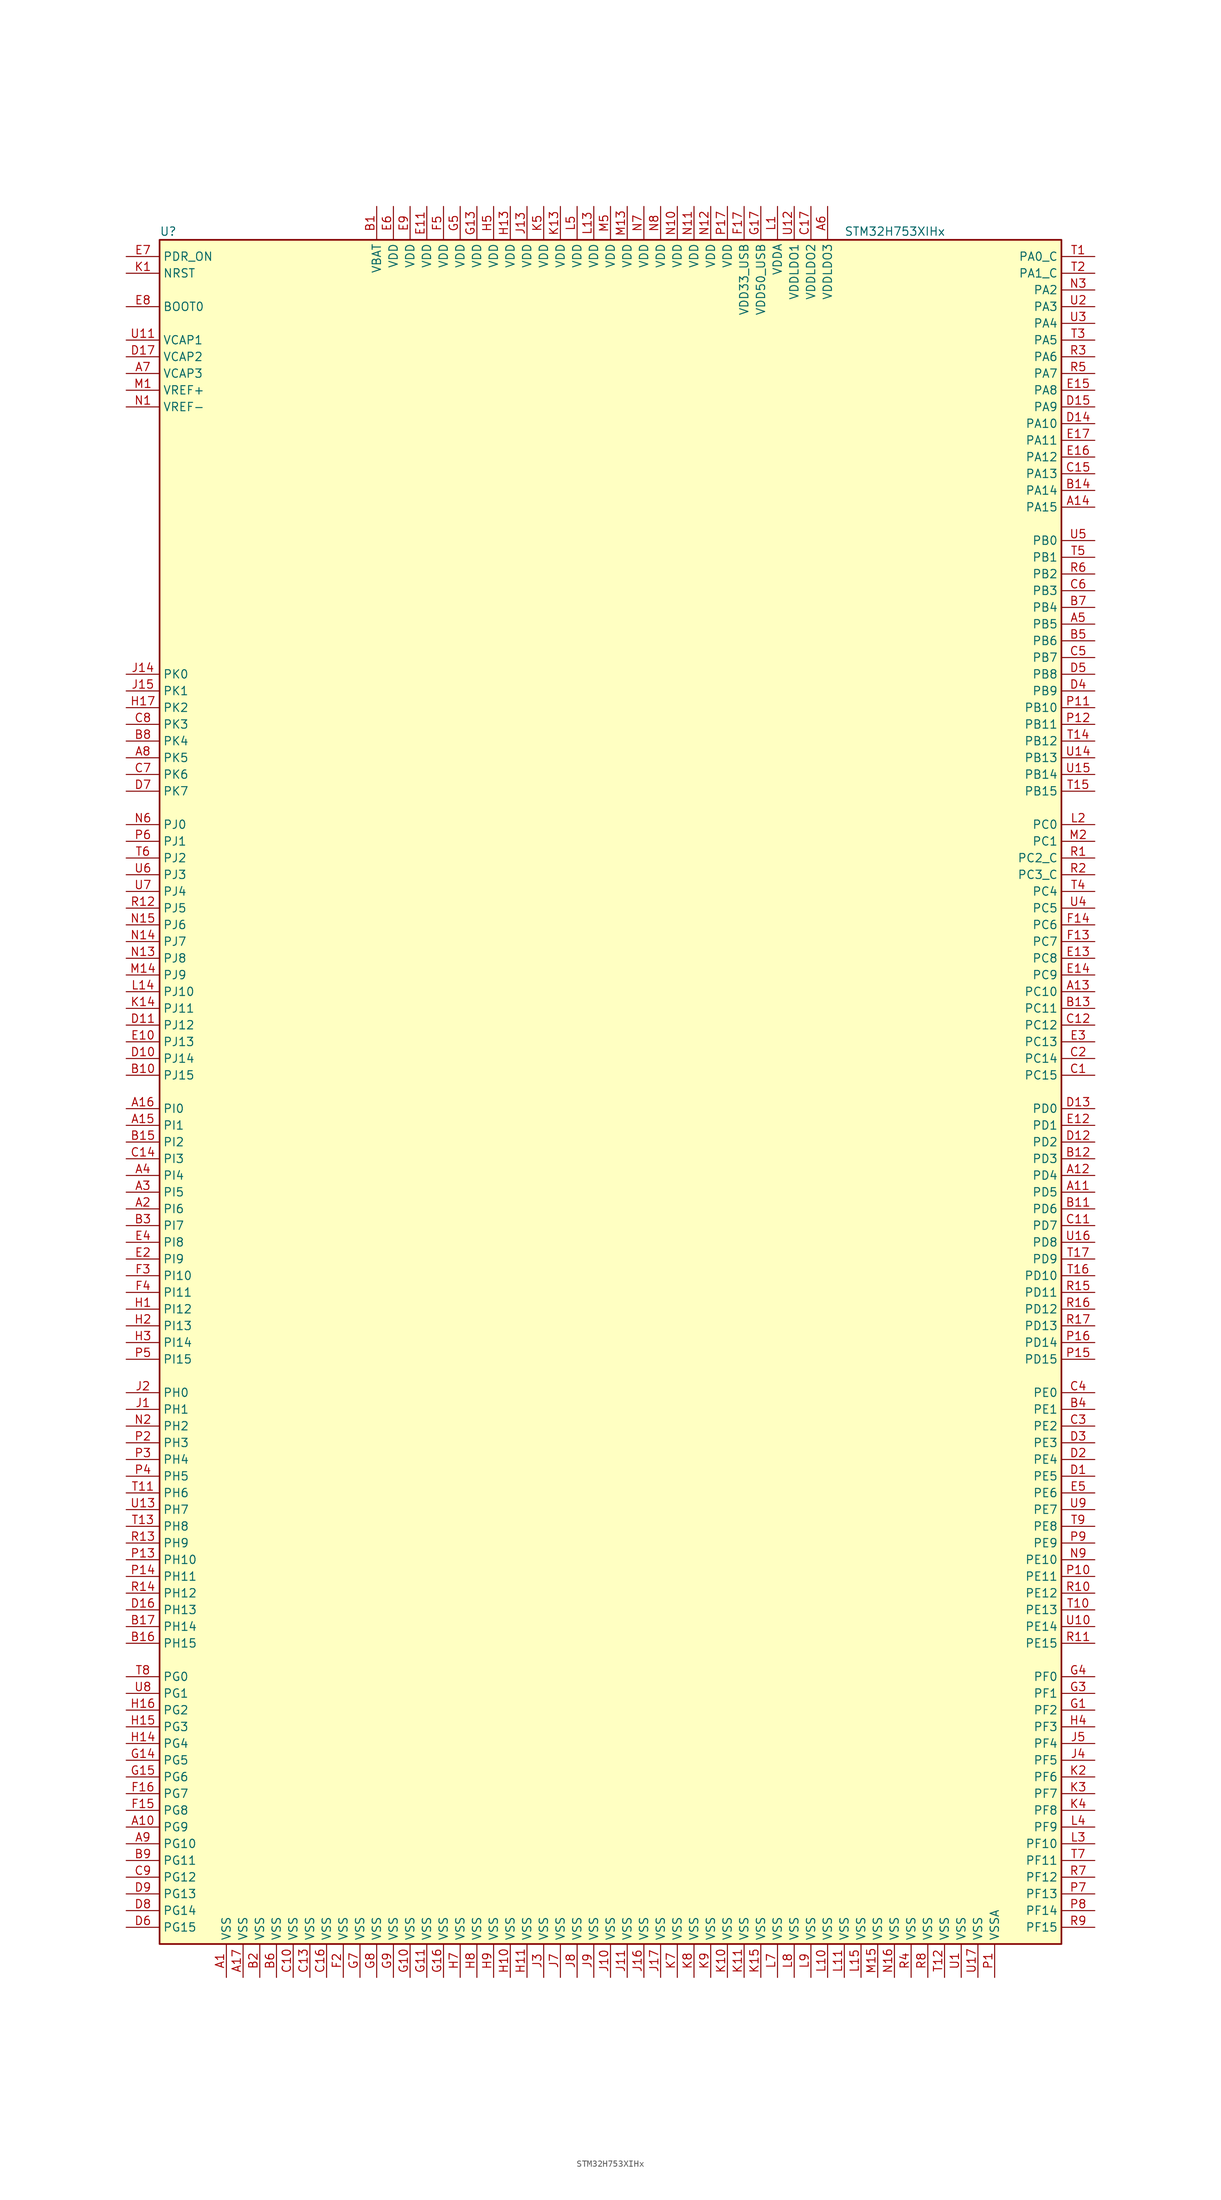
<source format=kicad_sym>
(kicad_symbol_lib
  (version 20201005)
  (generator kicad_symbol_editor)
  (symbol "STM32H753XIHx"
    (property "Reference" "U"
      (at -68.58 130.81 0)
      (effects (font (size 1.27 1.27)) (justify left)))
    (property "Value" "STM32H753XIHx"
      (at 35.56 130.81 0)
      (effects (font (size 1.27 1.27)) (justify left)))
    (symbol "STM32H753XIHx_0_1"
      (rectangle (start -68.58 -129.54) (end 68.58 129.54) (stroke (width 0.254)) (fill (type background))))
    (symbol "STM32H753XIHx_1_1"
      (pin power_in line (at -58.42 -134.62 90) (length 5.08) (name "VSS" (effects (font (size 1.27 1.27)))) (number "A1" (effects (font (size 1.27 1.27)))))
      (pin bidirectional line (at -73.66 -111.76 0) (length 5.08) (name "PG9" (effects (font (size 1.27 1.27)))) (number "A10" (effects (font (size 1.27 1.27)))))
      (pin bidirectional line (at 73.66 -15.24 180) (length 5.08) (name "PD5" (effects (font (size 1.27 1.27)))) (number "A11" (effects (font (size 1.27 1.27)))))
      (pin bidirectional line (at 73.66 -12.7 180) (length 5.08) (name "PD4" (effects (font (size 1.27 1.27)))) (number "A12" (effects (font (size 1.27 1.27)))))
      (pin bidirectional line (at 73.66 15.24 180) (length 5.08) (name "PC10" (effects (font (size 1.27 1.27)))) (number "A13" (effects (font (size 1.27 1.27)))))
      (pin bidirectional line (at 73.66 88.9 180) (length 5.08) (name "PA15" (effects (font (size 1.27 1.27)))) (number "A14" (effects (font (size 1.27 1.27)))))
      (pin bidirectional line (at -73.66 -5.08 0) (length 5.08) (name "PI1" (effects (font (size 1.27 1.27)))) (number "A15" (effects (font (size 1.27 1.27)))))
      (pin bidirectional line (at -73.66 -2.54 0) (length 5.08) (name "PI0" (effects (font (size 1.27 1.27)))) (number "A16" (effects (font (size 1.27 1.27)))))
      (pin power_in line (at -55.88 -134.62 90) (length 5.08) (name "VSS" (effects (font (size 1.27 1.27)))) (number "A17" (effects (font (size 1.27 1.27)))))
      (pin bidirectional line (at -73.66 -17.78 0) (length 5.08) (name "PI6" (effects (font (size 1.27 1.27)))) (number "A2" (effects (font (size 1.27 1.27)))))
      (pin bidirectional line (at -73.66 -15.24 0) (length 5.08) (name "PI5" (effects (font (size 1.27 1.27)))) (number "A3" (effects (font (size 1.27 1.27)))))
      (pin bidirectional line (at -73.66 -12.7 0) (length 5.08) (name "PI4" (effects (font (size 1.27 1.27)))) (number "A4" (effects (font (size 1.27 1.27)))))
      (pin bidirectional line (at 73.66 71.12 180) (length 5.08) (name "PB5" (effects (font (size 1.27 1.27)))) (number "A5" (effects (font (size 1.27 1.27)))))
      (pin power_in line (at 33.02 134.62 270) (length 5.08) (name "VDDLDO3" (effects (font (size 1.27 1.27)))) (number "A6" (effects (font (size 1.27 1.27)))))
      (pin power_in line (at -73.66 109.22 0) (length 5.08) (name "VCAP3" (effects (font (size 1.27 1.27)))) (number "A7" (effects (font (size 1.27 1.27)))))
      (pin bidirectional line (at -73.66 50.8 0) (length 5.08) (name "PK5" (effects (font (size 1.27 1.27)))) (number "A8" (effects (font (size 1.27 1.27)))))
      (pin bidirectional line (at -73.66 -114.3 0) (length 5.08) (name "PG10" (effects (font (size 1.27 1.27)))) (number "A9" (effects (font (size 1.27 1.27)))))
      (pin power_in line (at -35.56 134.62 270) (length 5.08) (name "VBAT" (effects (font (size 1.27 1.27)))) (number "B1" (effects (font (size 1.27 1.27)))))
      (pin bidirectional line (at -73.66 2.54 0) (length 5.08) (name "PJ15" (effects (font (size 1.27 1.27)))) (number "B10" (effects (font (size 1.27 1.27)))))
      (pin bidirectional line (at 73.66 -17.78 180) (length 5.08) (name "PD6" (effects (font (size 1.27 1.27)))) (number "B11" (effects (font (size 1.27 1.27)))))
      (pin bidirectional line (at 73.66 -10.16 180) (length 5.08) (name "PD3" (effects (font (size 1.27 1.27)))) (number "B12" (effects (font (size 1.27 1.27)))))
      (pin bidirectional line (at 73.66 12.7 180) (length 5.08) (name "PC11" (effects (font (size 1.27 1.27)))) (number "B13" (effects (font (size 1.27 1.27)))))
      (pin bidirectional line (at 73.66 91.44 180) (length 5.08) (name "PA14" (effects (font (size 1.27 1.27)))) (number "B14" (effects (font (size 1.27 1.27)))))
      (pin bidirectional line (at -73.66 -7.62 0) (length 5.08) (name "PI2" (effects (font (size 1.27 1.27)))) (number "B15" (effects (font (size 1.27 1.27)))))
      (pin bidirectional line (at -73.66 -83.82 0) (length 5.08) (name "PH15" (effects (font (size 1.27 1.27)))) (number "B16" (effects (font (size 1.27 1.27)))))
      (pin bidirectional line (at -73.66 -81.28 0) (length 5.08) (name "PH14" (effects (font (size 1.27 1.27)))) (number "B17" (effects (font (size 1.27 1.27)))))
      (pin power_in line (at -53.34 -134.62 90) (length 5.08) (name "VSS" (effects (font (size 1.27 1.27)))) (number "B2" (effects (font (size 1.27 1.27)))))
      (pin bidirectional line (at -73.66 -20.32 0) (length 5.08) (name "PI7" (effects (font (size 1.27 1.27)))) (number "B3" (effects (font (size 1.27 1.27)))))
      (pin bidirectional line (at 73.66 -48.26 180) (length 5.08) (name "PE1" (effects (font (size 1.27 1.27)))) (number "B4" (effects (font (size 1.27 1.27)))))
      (pin bidirectional line (at 73.66 68.58 180) (length 5.08) (name "PB6" (effects (font (size 1.27 1.27)))) (number "B5" (effects (font (size 1.27 1.27)))))
      (pin power_in line (at -50.8 -134.62 90) (length 5.08) (name "VSS" (effects (font (size 1.27 1.27)))) (number "B6" (effects (font (size 1.27 1.27)))))
      (pin bidirectional line (at 73.66 73.66 180) (length 5.08) (name "PB4" (effects (font (size 1.27 1.27)))) (number "B7" (effects (font (size 1.27 1.27)))))
      (pin bidirectional line (at -73.66 53.34 0) (length 5.08) (name "PK4" (effects (font (size 1.27 1.27)))) (number "B8" (effects (font (size 1.27 1.27)))))
      (pin bidirectional line (at -73.66 -116.84 0) (length 5.08) (name "PG11" (effects (font (size 1.27 1.27)))) (number "B9" (effects (font (size 1.27 1.27)))))
      (pin bidirectional line (at 73.66 2.54 180) (length 5.08) (name "PC15" (effects (font (size 1.27 1.27)))) (number "C1" (effects (font (size 1.27 1.27)))))
      (pin power_in line (at -48.26 -134.62 90) (length 5.08) (name "VSS" (effects (font (size 1.27 1.27)))) (number "C10" (effects (font (size 1.27 1.27)))))
      (pin bidirectional line (at 73.66 -20.32 180) (length 5.08) (name "PD7" (effects (font (size 1.27 1.27)))) (number "C11" (effects (font (size 1.27 1.27)))))
      (pin bidirectional line (at 73.66 10.16 180) (length 5.08) (name "PC12" (effects (font (size 1.27 1.27)))) (number "C12" (effects (font (size 1.27 1.27)))))
      (pin power_in line (at -45.72 -134.62 90) (length 5.08) (name "VSS" (effects (font (size 1.27 1.27)))) (number "C13" (effects (font (size 1.27 1.27)))))
      (pin bidirectional line (at -73.66 -10.16 0) (length 5.08) (name "PI3" (effects (font (size 1.27 1.27)))) (number "C14" (effects (font (size 1.27 1.27)))))
      (pin bidirectional line (at 73.66 93.98 180) (length 5.08) (name "PA13" (effects (font (size 1.27 1.27)))) (number "C15" (effects (font (size 1.27 1.27)))))
      (pin power_in line (at -43.18 -134.62 90) (length 5.08) (name "VSS" (effects (font (size 1.27 1.27)))) (number "C16" (effects (font (size 1.27 1.27)))))
      (pin power_in line (at 30.48 134.62 270) (length 5.08) (name "VDDLDO2" (effects (font (size 1.27 1.27)))) (number "C17" (effects (font (size 1.27 1.27)))))
      (pin bidirectional line (at 73.66 5.08 180) (length 5.08) (name "PC14" (effects (font (size 1.27 1.27)))) (number "C2" (effects (font (size 1.27 1.27)))))
      (pin bidirectional line (at 73.66 -50.8 180) (length 5.08) (name "PE2" (effects (font (size 1.27 1.27)))) (number "C3" (effects (font (size 1.27 1.27)))))
      (pin bidirectional line (at 73.66 -45.72 180) (length 5.08) (name "PE0" (effects (font (size 1.27 1.27)))) (number "C4" (effects (font (size 1.27 1.27)))))
      (pin bidirectional line (at 73.66 66.04 180) (length 5.08) (name "PB7" (effects (font (size 1.27 1.27)))) (number "C5" (effects (font (size 1.27 1.27)))))
      (pin bidirectional line (at 73.66 76.2 180) (length 5.08) (name "PB3" (effects (font (size 1.27 1.27)))) (number "C6" (effects (font (size 1.27 1.27)))))
      (pin bidirectional line (at -73.66 48.26 0) (length 5.08) (name "PK6" (effects (font (size 1.27 1.27)))) (number "C7" (effects (font (size 1.27 1.27)))))
      (pin bidirectional line (at -73.66 55.88 0) (length 5.08) (name "PK3" (effects (font (size 1.27 1.27)))) (number "C8" (effects (font (size 1.27 1.27)))))
      (pin bidirectional line (at -73.66 -119.38 0) (length 5.08) (name "PG12" (effects (font (size 1.27 1.27)))) (number "C9" (effects (font (size 1.27 1.27)))))
      (pin bidirectional line (at 73.66 -58.42 180) (length 5.08) (name "PE5" (effects (font (size 1.27 1.27)))) (number "D1" (effects (font (size 1.27 1.27)))))
      (pin bidirectional line (at -73.66 5.08 0) (length 5.08) (name "PJ14" (effects (font (size 1.27 1.27)))) (number "D10" (effects (font (size 1.27 1.27)))))
      (pin bidirectional line (at -73.66 10.16 0) (length 5.08) (name "PJ12" (effects (font (size 1.27 1.27)))) (number "D11" (effects (font (size 1.27 1.27)))))
      (pin bidirectional line (at 73.66 -7.62 180) (length 5.08) (name "PD2" (effects (font (size 1.27 1.27)))) (number "D12" (effects (font (size 1.27 1.27)))))
      (pin bidirectional line (at 73.66 -2.54 180) (length 5.08) (name "PD0" (effects (font (size 1.27 1.27)))) (number "D13" (effects (font (size 1.27 1.27)))))
      (pin bidirectional line (at 73.66 101.6 180) (length 5.08) (name "PA10" (effects (font (size 1.27 1.27)))) (number "D14" (effects (font (size 1.27 1.27)))))
      (pin bidirectional line (at 73.66 104.14 180) (length 5.08) (name "PA9" (effects (font (size 1.27 1.27)))) (number "D15" (effects (font (size 1.27 1.27)))))
      (pin bidirectional line (at -73.66 -78.74 0) (length 5.08) (name "PH13" (effects (font (size 1.27 1.27)))) (number "D16" (effects (font (size 1.27 1.27)))))
      (pin power_in line (at -73.66 111.76 0) (length 5.08) (name "VCAP2" (effects (font (size 1.27 1.27)))) (number "D17" (effects (font (size 1.27 1.27)))))
      (pin bidirectional line (at 73.66 -55.88 180) (length 5.08) (name "PE4" (effects (font (size 1.27 1.27)))) (number "D2" (effects (font (size 1.27 1.27)))))
      (pin bidirectional line (at 73.66 -53.34 180) (length 5.08) (name "PE3" (effects (font (size 1.27 1.27)))) (number "D3" (effects (font (size 1.27 1.27)))))
      (pin bidirectional line (at 73.66 60.96 180) (length 5.08) (name "PB9" (effects (font (size 1.27 1.27)))) (number "D4" (effects (font (size 1.27 1.27)))))
      (pin bidirectional line (at 73.66 63.5 180) (length 5.08) (name "PB8" (effects (font (size 1.27 1.27)))) (number "D5" (effects (font (size 1.27 1.27)))))
      (pin bidirectional line (at -73.66 -127 0) (length 5.08) (name "PG15" (effects (font (size 1.27 1.27)))) (number "D6" (effects (font (size 1.27 1.27)))))
      (pin bidirectional line (at -73.66 45.72 0) (length 5.08) (name "PK7" (effects (font (size 1.27 1.27)))) (number "D7" (effects (font (size 1.27 1.27)))))
      (pin bidirectional line (at -73.66 -124.46 0) (length 5.08) (name "PG14" (effects (font (size 1.27 1.27)))) (number "D8" (effects (font (size 1.27 1.27)))))
      (pin bidirectional line (at -73.66 -121.92 0) (length 5.08) (name "PG13" (effects (font (size 1.27 1.27)))) (number "D9" (effects (font (size 1.27 1.27)))))
      (pin no_connect line (at -68.58 -127 0) (length 5.08) hide (name "NC" (effects (font (size 1.27 1.27)))) (number "E1" (effects (font (size 1.27 1.27)))))
      (pin bidirectional line (at -73.66 7.62 0) (length 5.08) (name "PJ13" (effects (font (size 1.27 1.27)))) (number "E10" (effects (font (size 1.27 1.27)))))
      (pin power_in line (at -27.94 134.62 270) (length 5.08) (name "VDD" (effects (font (size 1.27 1.27)))) (number "E11" (effects (font (size 1.27 1.27)))))
      (pin bidirectional line (at 73.66 -5.08 180) (length 5.08) (name "PD1" (effects (font (size 1.27 1.27)))) (number "E12" (effects (font (size 1.27 1.27)))))
      (pin bidirectional line (at 73.66 20.32 180) (length 5.08) (name "PC8" (effects (font (size 1.27 1.27)))) (number "E13" (effects (font (size 1.27 1.27)))))
      (pin bidirectional line (at 73.66 17.78 180) (length 5.08) (name "PC9" (effects (font (size 1.27 1.27)))) (number "E14" (effects (font (size 1.27 1.27)))))
      (pin bidirectional line (at 73.66 106.68 180) (length 5.08) (name "PA8" (effects (font (size 1.27 1.27)))) (number "E15" (effects (font (size 1.27 1.27)))))
      (pin bidirectional line (at 73.66 96.52 180) (length 5.08) (name "PA12" (effects (font (size 1.27 1.27)))) (number "E16" (effects (font (size 1.27 1.27)))))
      (pin bidirectional line (at 73.66 99.06 180) (length 5.08) (name "PA11" (effects (font (size 1.27 1.27)))) (number "E17" (effects (font (size 1.27 1.27)))))
      (pin bidirectional line (at -73.66 -25.4 0) (length 5.08) (name "PI9" (effects (font (size 1.27 1.27)))) (number "E2" (effects (font (size 1.27 1.27)))))
      (pin bidirectional line (at 73.66 7.62 180) (length 5.08) (name "PC13" (effects (font (size 1.27 1.27)))) (number "E3" (effects (font (size 1.27 1.27)))))
      (pin bidirectional line (at -73.66 -22.86 0) (length 5.08) (name "PI8" (effects (font (size 1.27 1.27)))) (number "E4" (effects (font (size 1.27 1.27)))))
      (pin bidirectional line (at 73.66 -60.96 180) (length 5.08) (name "PE6" (effects (font (size 1.27 1.27)))) (number "E5" (effects (font (size 1.27 1.27)))))
      (pin power_in line (at -33.02 134.62 270) (length 5.08) (name "VDD" (effects (font (size 1.27 1.27)))) (number "E6" (effects (font (size 1.27 1.27)))))
      (pin input line (at -73.66 127 0) (length 5.08) (name "PDR_ON" (effects (font (size 1.27 1.27)))) (number "E7" (effects (font (size 1.27 1.27)))))
      (pin input line (at -73.66 119.38 0) (length 5.08) (name "BOOT0" (effects (font (size 1.27 1.27)))) (number "E8" (effects (font (size 1.27 1.27)))))
      (pin power_in line (at -30.48 134.62 270) (length 5.08) (name "VDD" (effects (font (size 1.27 1.27)))) (number "E9" (effects (font (size 1.27 1.27)))))
      (pin no_connect line (at -68.58 -124.46 0) (length 5.08) hide (name "NC" (effects (font (size 1.27 1.27)))) (number "F1" (effects (font (size 1.27 1.27)))))
      (pin bidirectional line (at 73.66 22.86 180) (length 5.08) (name "PC7" (effects (font (size 1.27 1.27)))) (number "F13" (effects (font (size 1.27 1.27)))))
      (pin bidirectional line (at 73.66 25.4 180) (length 5.08) (name "PC6" (effects (font (size 1.27 1.27)))) (number "F14" (effects (font (size 1.27 1.27)))))
      (pin bidirectional line (at -73.66 -109.22 0) (length 5.08) (name "PG8" (effects (font (size 1.27 1.27)))) (number "F15" (effects (font (size 1.27 1.27)))))
      (pin bidirectional line (at -73.66 -106.68 0) (length 5.08) (name "PG7" (effects (font (size 1.27 1.27)))) (number "F16" (effects (font (size 1.27 1.27)))))
      (pin power_in line (at 20.32 134.62 270) (length 5.08) (name "VDD33_USB" (effects (font (size 1.27 1.27)))) (number "F17" (effects (font (size 1.27 1.27)))))
      (pin power_in line (at -40.64 -134.62 90) (length 5.08) (name "VSS" (effects (font (size 1.27 1.27)))) (number "F2" (effects (font (size 1.27 1.27)))))
      (pin bidirectional line (at -73.66 -27.94 0) (length 5.08) (name "PI10" (effects (font (size 1.27 1.27)))) (number "F3" (effects (font (size 1.27 1.27)))))
      (pin bidirectional line (at -73.66 -30.48 0) (length 5.08) (name "PI11" (effects (font (size 1.27 1.27)))) (number "F4" (effects (font (size 1.27 1.27)))))
      (pin power_in line (at -25.4 134.62 270) (length 5.08) (name "VDD" (effects (font (size 1.27 1.27)))) (number "F5" (effects (font (size 1.27 1.27)))))
      (pin bidirectional line (at 73.66 -93.98 180) (length 5.08) (name "PF2" (effects (font (size 1.27 1.27)))) (number "G1" (effects (font (size 1.27 1.27)))))
      (pin power_in line (at -30.48 -134.62 90) (length 5.08) (name "VSS" (effects (font (size 1.27 1.27)))) (number "G10" (effects (font (size 1.27 1.27)))))
      (pin power_in line (at -27.94 -134.62 90) (length 5.08) (name "VSS" (effects (font (size 1.27 1.27)))) (number "G11" (effects (font (size 1.27 1.27)))))
      (pin power_in line (at -20.32 134.62 270) (length 5.08) (name "VDD" (effects (font (size 1.27 1.27)))) (number "G13" (effects (font (size 1.27 1.27)))))
      (pin bidirectional line (at -73.66 -101.6 0) (length 5.08) (name "PG5" (effects (font (size 1.27 1.27)))) (number "G14" (effects (font (size 1.27 1.27)))))
      (pin bidirectional line (at -73.66 -104.14 0) (length 5.08) (name "PG6" (effects (font (size 1.27 1.27)))) (number "G15" (effects (font (size 1.27 1.27)))))
      (pin power_in line (at -25.4 -134.62 90) (length 5.08) (name "VSS" (effects (font (size 1.27 1.27)))) (number "G16" (effects (font (size 1.27 1.27)))))
      (pin power_in line (at 22.86 134.62 270) (length 5.08) (name "VDD50_USB" (effects (font (size 1.27 1.27)))) (number "G17" (effects (font (size 1.27 1.27)))))
      (pin no_connect line (at -68.58 -121.92 0) (length 5.08) hide (name "NC" (effects (font (size 1.27 1.27)))) (number "G2" (effects (font (size 1.27 1.27)))))
      (pin bidirectional line (at 73.66 -91.44 180) (length 5.08) (name "PF1" (effects (font (size 1.27 1.27)))) (number "G3" (effects (font (size 1.27 1.27)))))
      (pin bidirectional line (at 73.66 -88.9 180) (length 5.08) (name "PF0" (effects (font (size 1.27 1.27)))) (number "G4" (effects (font (size 1.27 1.27)))))
      (pin power_in line (at -22.86 134.62 270) (length 5.08) (name "VDD" (effects (font (size 1.27 1.27)))) (number "G5" (effects (font (size 1.27 1.27)))))
      (pin power_in line (at -38.1 -134.62 90) (length 5.08) (name "VSS" (effects (font (size 1.27 1.27)))) (number "G7" (effects (font (size 1.27 1.27)))))
      (pin power_in line (at -35.56 -134.62 90) (length 5.08) (name "VSS" (effects (font (size 1.27 1.27)))) (number "G8" (effects (font (size 1.27 1.27)))))
      (pin power_in line (at -33.02 -134.62 90) (length 5.08) (name "VSS" (effects (font (size 1.27 1.27)))) (number "G9" (effects (font (size 1.27 1.27)))))
      (pin bidirectional line (at -73.66 -33.02 0) (length 5.08) (name "PI12" (effects (font (size 1.27 1.27)))) (number "H1" (effects (font (size 1.27 1.27)))))
      (pin power_in line (at -15.24 -134.62 90) (length 5.08) (name "VSS" (effects (font (size 1.27 1.27)))) (number "H10" (effects (font (size 1.27 1.27)))))
      (pin power_in line (at -12.7 -134.62 90) (length 5.08) (name "VSS" (effects (font (size 1.27 1.27)))) (number "H11" (effects (font (size 1.27 1.27)))))
      (pin power_in line (at -15.24 134.62 270) (length 5.08) (name "VDD" (effects (font (size 1.27 1.27)))) (number "H13" (effects (font (size 1.27 1.27)))))
      (pin bidirectional line (at -73.66 -99.06 0) (length 5.08) (name "PG4" (effects (font (size 1.27 1.27)))) (number "H14" (effects (font (size 1.27 1.27)))))
      (pin bidirectional line (at -73.66 -96.52 0) (length 5.08) (name "PG3" (effects (font (size 1.27 1.27)))) (number "H15" (effects (font (size 1.27 1.27)))))
      (pin bidirectional line (at -73.66 -93.98 0) (length 5.08) (name "PG2" (effects (font (size 1.27 1.27)))) (number "H16" (effects (font (size 1.27 1.27)))))
      (pin bidirectional line (at -73.66 58.42 0) (length 5.08) (name "PK2" (effects (font (size 1.27 1.27)))) (number "H17" (effects (font (size 1.27 1.27)))))
      (pin bidirectional line (at -73.66 -35.56 0) (length 5.08) (name "PI13" (effects (font (size 1.27 1.27)))) (number "H2" (effects (font (size 1.27 1.27)))))
      (pin bidirectional line (at -73.66 -38.1 0) (length 5.08) (name "PI14" (effects (font (size 1.27 1.27)))) (number "H3" (effects (font (size 1.27 1.27)))))
      (pin bidirectional line (at 73.66 -96.52 180) (length 5.08) (name "PF3" (effects (font (size 1.27 1.27)))) (number "H4" (effects (font (size 1.27 1.27)))))
      (pin power_in line (at -17.78 134.62 270) (length 5.08) (name "VDD" (effects (font (size 1.27 1.27)))) (number "H5" (effects (font (size 1.27 1.27)))))
      (pin power_in line (at -22.86 -134.62 90) (length 5.08) (name "VSS" (effects (font (size 1.27 1.27)))) (number "H7" (effects (font (size 1.27 1.27)))))
      (pin power_in line (at -20.32 -134.62 90) (length 5.08) (name "VSS" (effects (font (size 1.27 1.27)))) (number "H8" (effects (font (size 1.27 1.27)))))
      (pin power_in line (at -17.78 -134.62 90) (length 5.08) (name "VSS" (effects (font (size 1.27 1.27)))) (number "H9" (effects (font (size 1.27 1.27)))))
      (pin input line (at -73.66 -48.26 0) (length 5.08) (name "PH1" (effects (font (size 1.27 1.27)))) (number "J1" (effects (font (size 1.27 1.27)))))
      (pin power_in line (at 0 -134.62 90) (length 5.08) (name "VSS" (effects (font (size 1.27 1.27)))) (number "J10" (effects (font (size 1.27 1.27)))))
      (pin power_in line (at 2.54 -134.62 90) (length 5.08) (name "VSS" (effects (font (size 1.27 1.27)))) (number "J11" (effects (font (size 1.27 1.27)))))
      (pin power_in line (at -12.7 134.62 270) (length 5.08) (name "VDD" (effects (font (size 1.27 1.27)))) (number "J13" (effects (font (size 1.27 1.27)))))
      (pin bidirectional line (at -73.66 63.5 0) (length 5.08) (name "PK0" (effects (font (size 1.27 1.27)))) (number "J14" (effects (font (size 1.27 1.27)))))
      (pin bidirectional line (at -73.66 60.96 0) (length 5.08) (name "PK1" (effects (font (size 1.27 1.27)))) (number "J15" (effects (font (size 1.27 1.27)))))
      (pin power_in line (at 5.08 -134.62 90) (length 5.08) (name "VSS" (effects (font (size 1.27 1.27)))) (number "J16" (effects (font (size 1.27 1.27)))))
      (pin power_in line (at 7.62 -134.62 90) (length 5.08) (name "VSS" (effects (font (size 1.27 1.27)))) (number "J17" (effects (font (size 1.27 1.27)))))
      (pin input line (at -73.66 -45.72 0) (length 5.08) (name "PH0" (effects (font (size 1.27 1.27)))) (number "J2" (effects (font (size 1.27 1.27)))))
      (pin power_in line (at -10.16 -134.62 90) (length 5.08) (name "VSS" (effects (font (size 1.27 1.27)))) (number "J3" (effects (font (size 1.27 1.27)))))
      (pin bidirectional line (at 73.66 -101.6 180) (length 5.08) (name "PF5" (effects (font (size 1.27 1.27)))) (number "J4" (effects (font (size 1.27 1.27)))))
      (pin bidirectional line (at 73.66 -99.06 180) (length 5.08) (name "PF4" (effects (font (size 1.27 1.27)))) (number "J5" (effects (font (size 1.27 1.27)))))
      (pin power_in line (at -7.62 -134.62 90) (length 5.08) (name "VSS" (effects (font (size 1.27 1.27)))) (number "J7" (effects (font (size 1.27 1.27)))))
      (pin power_in line (at -5.08 -134.62 90) (length 5.08) (name "VSS" (effects (font (size 1.27 1.27)))) (number "J8" (effects (font (size 1.27 1.27)))))
      (pin power_in line (at -2.54 -134.62 90) (length 5.08) (name "VSS" (effects (font (size 1.27 1.27)))) (number "J9" (effects (font (size 1.27 1.27)))))
      (pin input line (at -73.66 124.46 0) (length 5.08) (name "NRST" (effects (font (size 1.27 1.27)))) (number "K1" (effects (font (size 1.27 1.27)))))
      (pin power_in line (at 17.78 -134.62 90) (length 5.08) (name "VSS" (effects (font (size 1.27 1.27)))) (number "K10" (effects (font (size 1.27 1.27)))))
      (pin power_in line (at 20.32 -134.62 90) (length 5.08) (name "VSS" (effects (font (size 1.27 1.27)))) (number "K11" (effects (font (size 1.27 1.27)))))
      (pin power_in line (at -7.62 134.62 270) (length 5.08) (name "VDD" (effects (font (size 1.27 1.27)))) (number "K13" (effects (font (size 1.27 1.27)))))
      (pin bidirectional line (at -73.66 12.7 0) (length 5.08) (name "PJ11" (effects (font (size 1.27 1.27)))) (number "K14" (effects (font (size 1.27 1.27)))))
      (pin power_in line (at 22.86 -134.62 90) (length 5.08) (name "VSS" (effects (font (size 1.27 1.27)))) (number "K15" (effects (font (size 1.27 1.27)))))
      (pin no_connect line (at -68.58 -119.38 0) (length 5.08) hide (name "NC" (effects (font (size 1.27 1.27)))) (number "K16" (effects (font (size 1.27 1.27)))))
      (pin no_connect line (at -68.58 -116.84 0) (length 5.08) hide (name "NC" (effects (font (size 1.27 1.27)))) (number "K17" (effects (font (size 1.27 1.27)))))
      (pin bidirectional line (at 73.66 -104.14 180) (length 5.08) (name "PF6" (effects (font (size 1.27 1.27)))) (number "K2" (effects (font (size 1.27 1.27)))))
      (pin bidirectional line (at 73.66 -106.68 180) (length 5.08) (name "PF7" (effects (font (size 1.27 1.27)))) (number "K3" (effects (font (size 1.27 1.27)))))
      (pin bidirectional line (at 73.66 -109.22 180) (length 5.08) (name "PF8" (effects (font (size 1.27 1.27)))) (number "K4" (effects (font (size 1.27 1.27)))))
      (pin power_in line (at -10.16 134.62 270) (length 5.08) (name "VDD" (effects (font (size 1.27 1.27)))) (number "K5" (effects (font (size 1.27 1.27)))))
      (pin power_in line (at 10.16 -134.62 90) (length 5.08) (name "VSS" (effects (font (size 1.27 1.27)))) (number "K7" (effects (font (size 1.27 1.27)))))
      (pin power_in line (at 12.7 -134.62 90) (length 5.08) (name "VSS" (effects (font (size 1.27 1.27)))) (number "K8" (effects (font (size 1.27 1.27)))))
      (pin power_in line (at 15.24 -134.62 90) (length 5.08) (name "VSS" (effects (font (size 1.27 1.27)))) (number "K9" (effects (font (size 1.27 1.27)))))
      (pin power_in line (at 25.4 134.62 270) (length 5.08) (name "VDDA" (effects (font (size 1.27 1.27)))) (number "L1" (effects (font (size 1.27 1.27)))))
      (pin power_in line (at 33.02 -134.62 90) (length 5.08) (name "VSS" (effects (font (size 1.27 1.27)))) (number "L10" (effects (font (size 1.27 1.27)))))
      (pin power_in line (at 35.56 -134.62 90) (length 5.08) (name "VSS" (effects (font (size 1.27 1.27)))) (number "L11" (effects (font (size 1.27 1.27)))))
      (pin power_in line (at -2.54 134.62 270) (length 5.08) (name "VDD" (effects (font (size 1.27 1.27)))) (number "L13" (effects (font (size 1.27 1.27)))))
      (pin bidirectional line (at -73.66 15.24 0) (length 5.08) (name "PJ10" (effects (font (size 1.27 1.27)))) (number "L14" (effects (font (size 1.27 1.27)))))
      (pin power_in line (at 38.1 -134.62 90) (length 5.08) (name "VSS" (effects (font (size 1.27 1.27)))) (number "L15" (effects (font (size 1.27 1.27)))))
      (pin no_connect line (at -68.58 -114.3 0) (length 5.08) hide (name "NC" (effects (font (size 1.27 1.27)))) (number "L16" (effects (font (size 1.27 1.27)))))
      (pin no_connect line (at -68.58 -111.76 0) (length 5.08) hide (name "NC" (effects (font (size 1.27 1.27)))) (number "L17" (effects (font (size 1.27 1.27)))))
      (pin bidirectional line (at 73.66 40.64 180) (length 5.08) (name "PC0" (effects (font (size 1.27 1.27)))) (number "L2" (effects (font (size 1.27 1.27)))))
      (pin bidirectional line (at 73.66 -114.3 180) (length 5.08) (name "PF10" (effects (font (size 1.27 1.27)))) (number "L3" (effects (font (size 1.27 1.27)))))
      (pin bidirectional line (at 73.66 -111.76 180) (length 5.08) (name "PF9" (effects (font (size 1.27 1.27)))) (number "L4" (effects (font (size 1.27 1.27)))))
      (pin power_in line (at -5.08 134.62 270) (length 5.08) (name "VDD" (effects (font (size 1.27 1.27)))) (number "L5" (effects (font (size 1.27 1.27)))))
      (pin power_in line (at 25.4 -134.62 90) (length 5.08) (name "VSS" (effects (font (size 1.27 1.27)))) (number "L7" (effects (font (size 1.27 1.27)))))
      (pin power_in line (at 27.94 -134.62 90) (length 5.08) (name "VSS" (effects (font (size 1.27 1.27)))) (number "L8" (effects (font (size 1.27 1.27)))))
      (pin power_in line (at 30.48 -134.62 90) (length 5.08) (name "VSS" (effects (font (size 1.27 1.27)))) (number "L9" (effects (font (size 1.27 1.27)))))
      (pin bidirectional line (at -73.66 106.68 0) (length 5.08) (name "VREF+" (effects (font (size 1.27 1.27)))) (number "M1" (effects (font (size 1.27 1.27)))))
      (pin power_in line (at 2.54 134.62 270) (length 5.08) (name "VDD" (effects (font (size 1.27 1.27)))) (number "M13" (effects (font (size 1.27 1.27)))))
      (pin bidirectional line (at -73.66 17.78 0) (length 5.08) (name "PJ9" (effects (font (size 1.27 1.27)))) (number "M14" (effects (font (size 1.27 1.27)))))
      (pin power_in line (at 40.64 -134.62 90) (length 5.08) (name "VSS" (effects (font (size 1.27 1.27)))) (number "M15" (effects (font (size 1.27 1.27)))))
      (pin no_connect line (at -68.58 -109.22 0) (length 5.08) hide (name "NC" (effects (font (size 1.27 1.27)))) (number "M16" (effects (font (size 1.27 1.27)))))
      (pin no_connect line (at -68.58 -106.68 0) (length 5.08) hide (name "NC" (effects (font (size 1.27 1.27)))) (number "M17" (effects (font (size 1.27 1.27)))))
      (pin bidirectional line (at 73.66 38.1 180) (length 5.08) (name "PC1" (effects (font (size 1.27 1.27)))) (number "M2" (effects (font (size 1.27 1.27)))))
      (pin power_in line (at 0 134.62 270) (length 5.08) (name "VDD" (effects (font (size 1.27 1.27)))) (number "M5" (effects (font (size 1.27 1.27)))))
      (pin power_in line (at -73.66 104.14 0) (length 5.08) (name "VREF-" (effects (font (size 1.27 1.27)))) (number "N1" (effects (font (size 1.27 1.27)))))
      (pin power_in line (at 10.16 134.62 270) (length 5.08) (name "VDD" (effects (font (size 1.27 1.27)))) (number "N10" (effects (font (size 1.27 1.27)))))
      (pin power_in line (at 12.7 134.62 270) (length 5.08) (name "VDD" (effects (font (size 1.27 1.27)))) (number "N11" (effects (font (size 1.27 1.27)))))
      (pin power_in line (at 15.24 134.62 270) (length 5.08) (name "VDD" (effects (font (size 1.27 1.27)))) (number "N12" (effects (font (size 1.27 1.27)))))
      (pin bidirectional line (at -73.66 20.32 0) (length 5.08) (name "PJ8" (effects (font (size 1.27 1.27)))) (number "N13" (effects (font (size 1.27 1.27)))))
      (pin bidirectional line (at -73.66 22.86 0) (length 5.08) (name "PJ7" (effects (font (size 1.27 1.27)))) (number "N14" (effects (font (size 1.27 1.27)))))
      (pin bidirectional line (at -73.66 25.4 0) (length 5.08) (name "PJ6" (effects (font (size 1.27 1.27)))) (number "N15" (effects (font (size 1.27 1.27)))))
      (pin power_in line (at 43.18 -134.62 90) (length 5.08) (name "VSS" (effects (font (size 1.27 1.27)))) (number "N16" (effects (font (size 1.27 1.27)))))
      (pin no_connect line (at -68.58 -104.14 0) (length 5.08) hide (name "NC" (effects (font (size 1.27 1.27)))) (number "N17" (effects (font (size 1.27 1.27)))))
      (pin bidirectional line (at -73.66 -50.8 0) (length 5.08) (name "PH2" (effects (font (size 1.27 1.27)))) (number "N2" (effects (font (size 1.27 1.27)))))
      (pin bidirectional line (at 73.66 121.92 180) (length 5.08) (name "PA2" (effects (font (size 1.27 1.27)))) (number "N3" (effects (font (size 1.27 1.27)))))
      (pin bidirectional line (at -73.66 40.64 0) (length 5.08) (name "PJ0" (effects (font (size 1.27 1.27)))) (number "N6" (effects (font (size 1.27 1.27)))))
      (pin power_in line (at 5.08 134.62 270) (length 5.08) (name "VDD" (effects (font (size 1.27 1.27)))) (number "N7" (effects (font (size 1.27 1.27)))))
      (pin power_in line (at 7.62 134.62 270) (length 5.08) (name "VDD" (effects (font (size 1.27 1.27)))) (number "N8" (effects (font (size 1.27 1.27)))))
      (pin bidirectional line (at 73.66 -71.12 180) (length 5.08) (name "PE10" (effects (font (size 1.27 1.27)))) (number "N9" (effects (font (size 1.27 1.27)))))
      (pin power_in line (at 58.42 -134.62 90) (length 5.08) (name "VSSA" (effects (font (size 1.27 1.27)))) (number "P1" (effects (font (size 1.27 1.27)))))
      (pin bidirectional line (at 73.66 -73.66 180) (length 5.08) (name "PE11" (effects (font (size 1.27 1.27)))) (number "P10" (effects (font (size 1.27 1.27)))))
      (pin bidirectional line (at 73.66 58.42 180) (length 5.08) (name "PB10" (effects (font (size 1.27 1.27)))) (number "P11" (effects (font (size 1.27 1.27)))))
      (pin bidirectional line (at 73.66 55.88 180) (length 5.08) (name "PB11" (effects (font (size 1.27 1.27)))) (number "P12" (effects (font (size 1.27 1.27)))))
      (pin bidirectional line (at -73.66 -71.12 0) (length 5.08) (name "PH10" (effects (font (size 1.27 1.27)))) (number "P13" (effects (font (size 1.27 1.27)))))
      (pin bidirectional line (at -73.66 -73.66 0) (length 5.08) (name "PH11" (effects (font (size 1.27 1.27)))) (number "P14" (effects (font (size 1.27 1.27)))))
      (pin bidirectional line (at 73.66 -40.64 180) (length 5.08) (name "PD15" (effects (font (size 1.27 1.27)))) (number "P15" (effects (font (size 1.27 1.27)))))
      (pin bidirectional line (at 73.66 -38.1 180) (length 5.08) (name "PD14" (effects (font (size 1.27 1.27)))) (number "P16" (effects (font (size 1.27 1.27)))))
      (pin power_in line (at 17.78 134.62 270) (length 5.08) (name "VDD" (effects (font (size 1.27 1.27)))) (number "P17" (effects (font (size 1.27 1.27)))))
      (pin bidirectional line (at -73.66 -53.34 0) (length 5.08) (name "PH3" (effects (font (size 1.27 1.27)))) (number "P2" (effects (font (size 1.27 1.27)))))
      (pin bidirectional line (at -73.66 -55.88 0) (length 5.08) (name "PH4" (effects (font (size 1.27 1.27)))) (number "P3" (effects (font (size 1.27 1.27)))))
      (pin bidirectional line (at -73.66 -58.42 0) (length 5.08) (name "PH5" (effects (font (size 1.27 1.27)))) (number "P4" (effects (font (size 1.27 1.27)))))
      (pin bidirectional line (at -73.66 -40.64 0) (length 5.08) (name "PI15" (effects (font (size 1.27 1.27)))) (number "P5" (effects (font (size 1.27 1.27)))))
      (pin bidirectional line (at -73.66 38.1 0) (length 5.08) (name "PJ1" (effects (font (size 1.27 1.27)))) (number "P6" (effects (font (size 1.27 1.27)))))
      (pin bidirectional line (at 73.66 -121.92 180) (length 5.08) (name "PF13" (effects (font (size 1.27 1.27)))) (number "P7" (effects (font (size 1.27 1.27)))))
      (pin bidirectional line (at 73.66 -124.46 180) (length 5.08) (name "PF14" (effects (font (size 1.27 1.27)))) (number "P8" (effects (font (size 1.27 1.27)))))
      (pin bidirectional line (at 73.66 -68.58 180) (length 5.08) (name "PE9" (effects (font (size 1.27 1.27)))) (number "P9" (effects (font (size 1.27 1.27)))))
      (pin bidirectional line (at 73.66 35.56 180) (length 5.08) (name "PC2_C" (effects (font (size 1.27 1.27)))) (number "R1" (effects (font (size 1.27 1.27)))))
      (pin bidirectional line (at 73.66 -76.2 180) (length 5.08) (name "PE12" (effects (font (size 1.27 1.27)))) (number "R10" (effects (font (size 1.27 1.27)))))
      (pin bidirectional line (at 73.66 -83.82 180) (length 5.08) (name "PE15" (effects (font (size 1.27 1.27)))) (number "R11" (effects (font (size 1.27 1.27)))))
      (pin bidirectional line (at -73.66 27.94 0) (length 5.08) (name "PJ5" (effects (font (size 1.27 1.27)))) (number "R12" (effects (font (size 1.27 1.27)))))
      (pin bidirectional line (at -73.66 -68.58 0) (length 5.08) (name "PH9" (effects (font (size 1.27 1.27)))) (number "R13" (effects (font (size 1.27 1.27)))))
      (pin bidirectional line (at -73.66 -76.2 0) (length 5.08) (name "PH12" (effects (font (size 1.27 1.27)))) (number "R14" (effects (font (size 1.27 1.27)))))
      (pin bidirectional line (at 73.66 -30.48 180) (length 5.08) (name "PD11" (effects (font (size 1.27 1.27)))) (number "R15" (effects (font (size 1.27 1.27)))))
      (pin bidirectional line (at 73.66 -33.02 180) (length 5.08) (name "PD12" (effects (font (size 1.27 1.27)))) (number "R16" (effects (font (size 1.27 1.27)))))
      (pin bidirectional line (at 73.66 -35.56 180) (length 5.08) (name "PD13" (effects (font (size 1.27 1.27)))) (number "R17" (effects (font (size 1.27 1.27)))))
      (pin bidirectional line (at 73.66 33.02 180) (length 5.08) (name "PC3_C" (effects (font (size 1.27 1.27)))) (number "R2" (effects (font (size 1.27 1.27)))))
      (pin bidirectional line (at 73.66 111.76 180) (length 5.08) (name "PA6" (effects (font (size 1.27 1.27)))) (number "R3" (effects (font (size 1.27 1.27)))))
      (pin power_in line (at 45.72 -134.62 90) (length 5.08) (name "VSS" (effects (font (size 1.27 1.27)))) (number "R4" (effects (font (size 1.27 1.27)))))
      (pin bidirectional line (at 73.66 109.22 180) (length 5.08) (name "PA7" (effects (font (size 1.27 1.27)))) (number "R5" (effects (font (size 1.27 1.27)))))
      (pin bidirectional line (at 73.66 78.74 180) (length 5.08) (name "PB2" (effects (font (size 1.27 1.27)))) (number "R6" (effects (font (size 1.27 1.27)))))
      (pin bidirectional line (at 73.66 -119.38 180) (length 5.08) (name "PF12" (effects (font (size 1.27 1.27)))) (number "R7" (effects (font (size 1.27 1.27)))))
      (pin power_in line (at 48.26 -134.62 90) (length 5.08) (name "VSS" (effects (font (size 1.27 1.27)))) (number "R8" (effects (font (size 1.27 1.27)))))
      (pin bidirectional line (at 73.66 -127 180) (length 5.08) (name "PF15" (effects (font (size 1.27 1.27)))) (number "R9" (effects (font (size 1.27 1.27)))))
      (pin bidirectional line (at 73.66 127 180) (length 5.08) (name "PA0_C" (effects (font (size 1.27 1.27)))) (number "T1" (effects (font (size 1.27 1.27)))))
      (pin bidirectional line (at 73.66 -78.74 180) (length 5.08) (name "PE13" (effects (font (size 1.27 1.27)))) (number "T10" (effects (font (size 1.27 1.27)))))
      (pin bidirectional line (at -73.66 -60.96 0) (length 5.08) (name "PH6" (effects (font (size 1.27 1.27)))) (number "T11" (effects (font (size 1.27 1.27)))))
      (pin power_in line (at 50.8 -134.62 90) (length 5.08) (name "VSS" (effects (font (size 1.27 1.27)))) (number "T12" (effects (font (size 1.27 1.27)))))
      (pin bidirectional line (at -73.66 -66.04 0) (length 5.08) (name "PH8" (effects (font (size 1.27 1.27)))) (number "T13" (effects (font (size 1.27 1.27)))))
      (pin bidirectional line (at 73.66 53.34 180) (length 5.08) (name "PB12" (effects (font (size 1.27 1.27)))) (number "T14" (effects (font (size 1.27 1.27)))))
      (pin bidirectional line (at 73.66 45.72 180) (length 5.08) (name "PB15" (effects (font (size 1.27 1.27)))) (number "T15" (effects (font (size 1.27 1.27)))))
      (pin bidirectional line (at 73.66 -27.94 180) (length 5.08) (name "PD10" (effects (font (size 1.27 1.27)))) (number "T16" (effects (font (size 1.27 1.27)))))
      (pin bidirectional line (at 73.66 -25.4 180) (length 5.08) (name "PD9" (effects (font (size 1.27 1.27)))) (number "T17" (effects (font (size 1.27 1.27)))))
      (pin bidirectional line (at 73.66 124.46 180) (length 5.08) (name "PA1_C" (effects (font (size 1.27 1.27)))) (number "T2" (effects (font (size 1.27 1.27)))))
      (pin bidirectional line (at 73.66 114.3 180) (length 5.08) (name "PA5" (effects (font (size 1.27 1.27)))) (number "T3" (effects (font (size 1.27 1.27)))))
      (pin bidirectional line (at 73.66 30.48 180) (length 5.08) (name "PC4" (effects (font (size 1.27 1.27)))) (number "T4" (effects (font (size 1.27 1.27)))))
      (pin bidirectional line (at 73.66 81.28 180) (length 5.08) (name "PB1" (effects (font (size 1.27 1.27)))) (number "T5" (effects (font (size 1.27 1.27)))))
      (pin bidirectional line (at -73.66 35.56 0) (length 5.08) (name "PJ2" (effects (font (size 1.27 1.27)))) (number "T6" (effects (font (size 1.27 1.27)))))
      (pin bidirectional line (at 73.66 -116.84 180) (length 5.08) (name "PF11" (effects (font (size 1.27 1.27)))) (number "T7" (effects (font (size 1.27 1.27)))))
      (pin bidirectional line (at -73.66 -88.9 0) (length 5.08) (name "PG0" (effects (font (size 1.27 1.27)))) (number "T8" (effects (font (size 1.27 1.27)))))
      (pin bidirectional line (at 73.66 -66.04 180) (length 5.08) (name "PE8" (effects (font (size 1.27 1.27)))) (number "T9" (effects (font (size 1.27 1.27)))))
      (pin power_in line (at 53.34 -134.62 90) (length 5.08) (name "VSS" (effects (font (size 1.27 1.27)))) (number "U1" (effects (font (size 1.27 1.27)))))
      (pin bidirectional line (at 73.66 -81.28 180) (length 5.08) (name "PE14" (effects (font (size 1.27 1.27)))) (number "U10" (effects (font (size 1.27 1.27)))))
      (pin power_in line (at -73.66 114.3 0) (length 5.08) (name "VCAP1" (effects (font (size 1.27 1.27)))) (number "U11" (effects (font (size 1.27 1.27)))))
      (pin power_in line (at 27.94 134.62 270) (length 5.08) (name "VDDLDO1" (effects (font (size 1.27 1.27)))) (number "U12" (effects (font (size 1.27 1.27)))))
      (pin bidirectional line (at -73.66 -63.5 0) (length 5.08) (name "PH7" (effects (font (size 1.27 1.27)))) (number "U13" (effects (font (size 1.27 1.27)))))
      (pin bidirectional line (at 73.66 50.8 180) (length 5.08) (name "PB13" (effects (font (size 1.27 1.27)))) (number "U14" (effects (font (size 1.27 1.27)))))
      (pin bidirectional line (at 73.66 48.26 180) (length 5.08) (name "PB14" (effects (font (size 1.27 1.27)))) (number "U15" (effects (font (size 1.27 1.27)))))
      (pin bidirectional line (at 73.66 -22.86 180) (length 5.08) (name "PD8" (effects (font (size 1.27 1.27)))) (number "U16" (effects (font (size 1.27 1.27)))))
      (pin power_in line (at 55.88 -134.62 90) (length 5.08) (name "VSS" (effects (font (size 1.27 1.27)))) (number "U17" (effects (font (size 1.27 1.27)))))
      (pin bidirectional line (at 73.66 119.38 180) (length 5.08) (name "PA3" (effects (font (size 1.27 1.27)))) (number "U2" (effects (font (size 1.27 1.27)))))
      (pin bidirectional line (at 73.66 116.84 180) (length 5.08) (name "PA4" (effects (font (size 1.27 1.27)))) (number "U3" (effects (font (size 1.27 1.27)))))
      (pin bidirectional line (at 73.66 27.94 180) (length 5.08) (name "PC5" (effects (font (size 1.27 1.27)))) (number "U4" (effects (font (size 1.27 1.27)))))
      (pin bidirectional line (at 73.66 83.82 180) (length 5.08) (name "PB0" (effects (font (size 1.27 1.27)))) (number "U5" (effects (font (size 1.27 1.27)))))
      (pin bidirectional line (at -73.66 33.02 0) (length 5.08) (name "PJ3" (effects (font (size 1.27 1.27)))) (number "U6" (effects (font (size 1.27 1.27)))))
      (pin bidirectional line (at -73.66 30.48 0) (length 5.08) (name "PJ4" (effects (font (size 1.27 1.27)))) (number "U7" (effects (font (size 1.27 1.27)))))
      (pin bidirectional line (at -73.66 -91.44 0) (length 5.08) (name "PG1" (effects (font (size 1.27 1.27)))) (number "U8" (effects (font (size 1.27 1.27)))))
      (pin bidirectional line (at 73.66 -63.5 180) (length 5.08) (name "PE7" (effects (font (size 1.27 1.27)))) (number "U9" (effects (font (size 1.27 1.27))))))))
</source>
